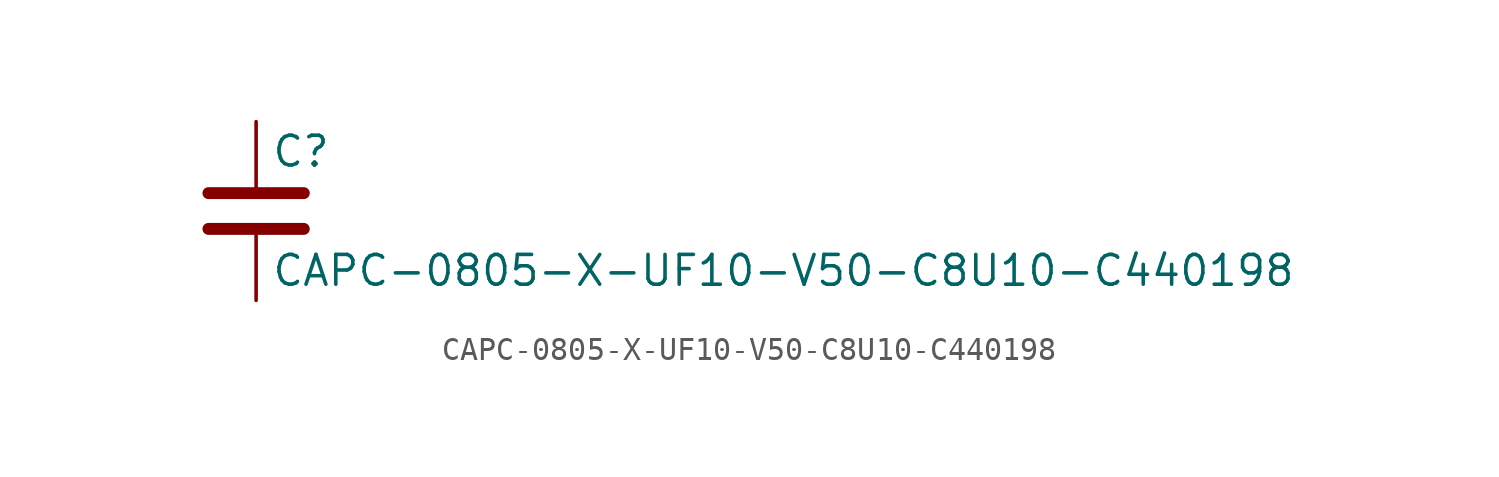
<source format=kicad_sym>
(kicad_symbol_lib
  (version 20211014)
  (generator kicad_symbol_editor)
  (symbol "CAPC-0805-X-UF10-V50-C8U10-C440198"
    (pin_numbers hide)
    (pin_names
      (offset 0.254))
    (property "Reference" "C"
      (at 0.635 2.54 0)
      (effects (font (size 1.27 1.27)) (justify left)))
    (property "Value" "CAPC-0805-X-UF10-V50-C8U10-C440198"
      (at 0.635 -2.54 0)
      (effects (font (size 1.27 1.27)) (justify left)))
    (symbol "CAPC-0805-X-UF10-V50-C8U10-C440198_0_1"
      (polyline (pts (xy -2.032 -0.762) (xy 2.032 -0.762)) (stroke (width 0.508) (type default) (color 0 0 0 0)) (fill (type none)))
      (polyline (pts (xy -2.032 0.762) (xy 2.032 0.762)) (stroke (width 0.508) (type default) (color 0 0 0 0)) (fill (type none))))
    (symbol "CAPC-0805-X-UF10-V50-C8U10-C440198_1_1"
      (pin passive line (at 0 3.81 270) (length 2.794) (name "~" (effects (font (size 1.27 1.27)))) (number "1" (effects (font (size 1.27 1.27)))))
      (pin passive line (at 0 -3.81 90) (length 2.794) (name "~" (effects (font (size 1.27 1.27)))) (number "2" (effects (font (size 1.27 1.27))))))))
</source>
